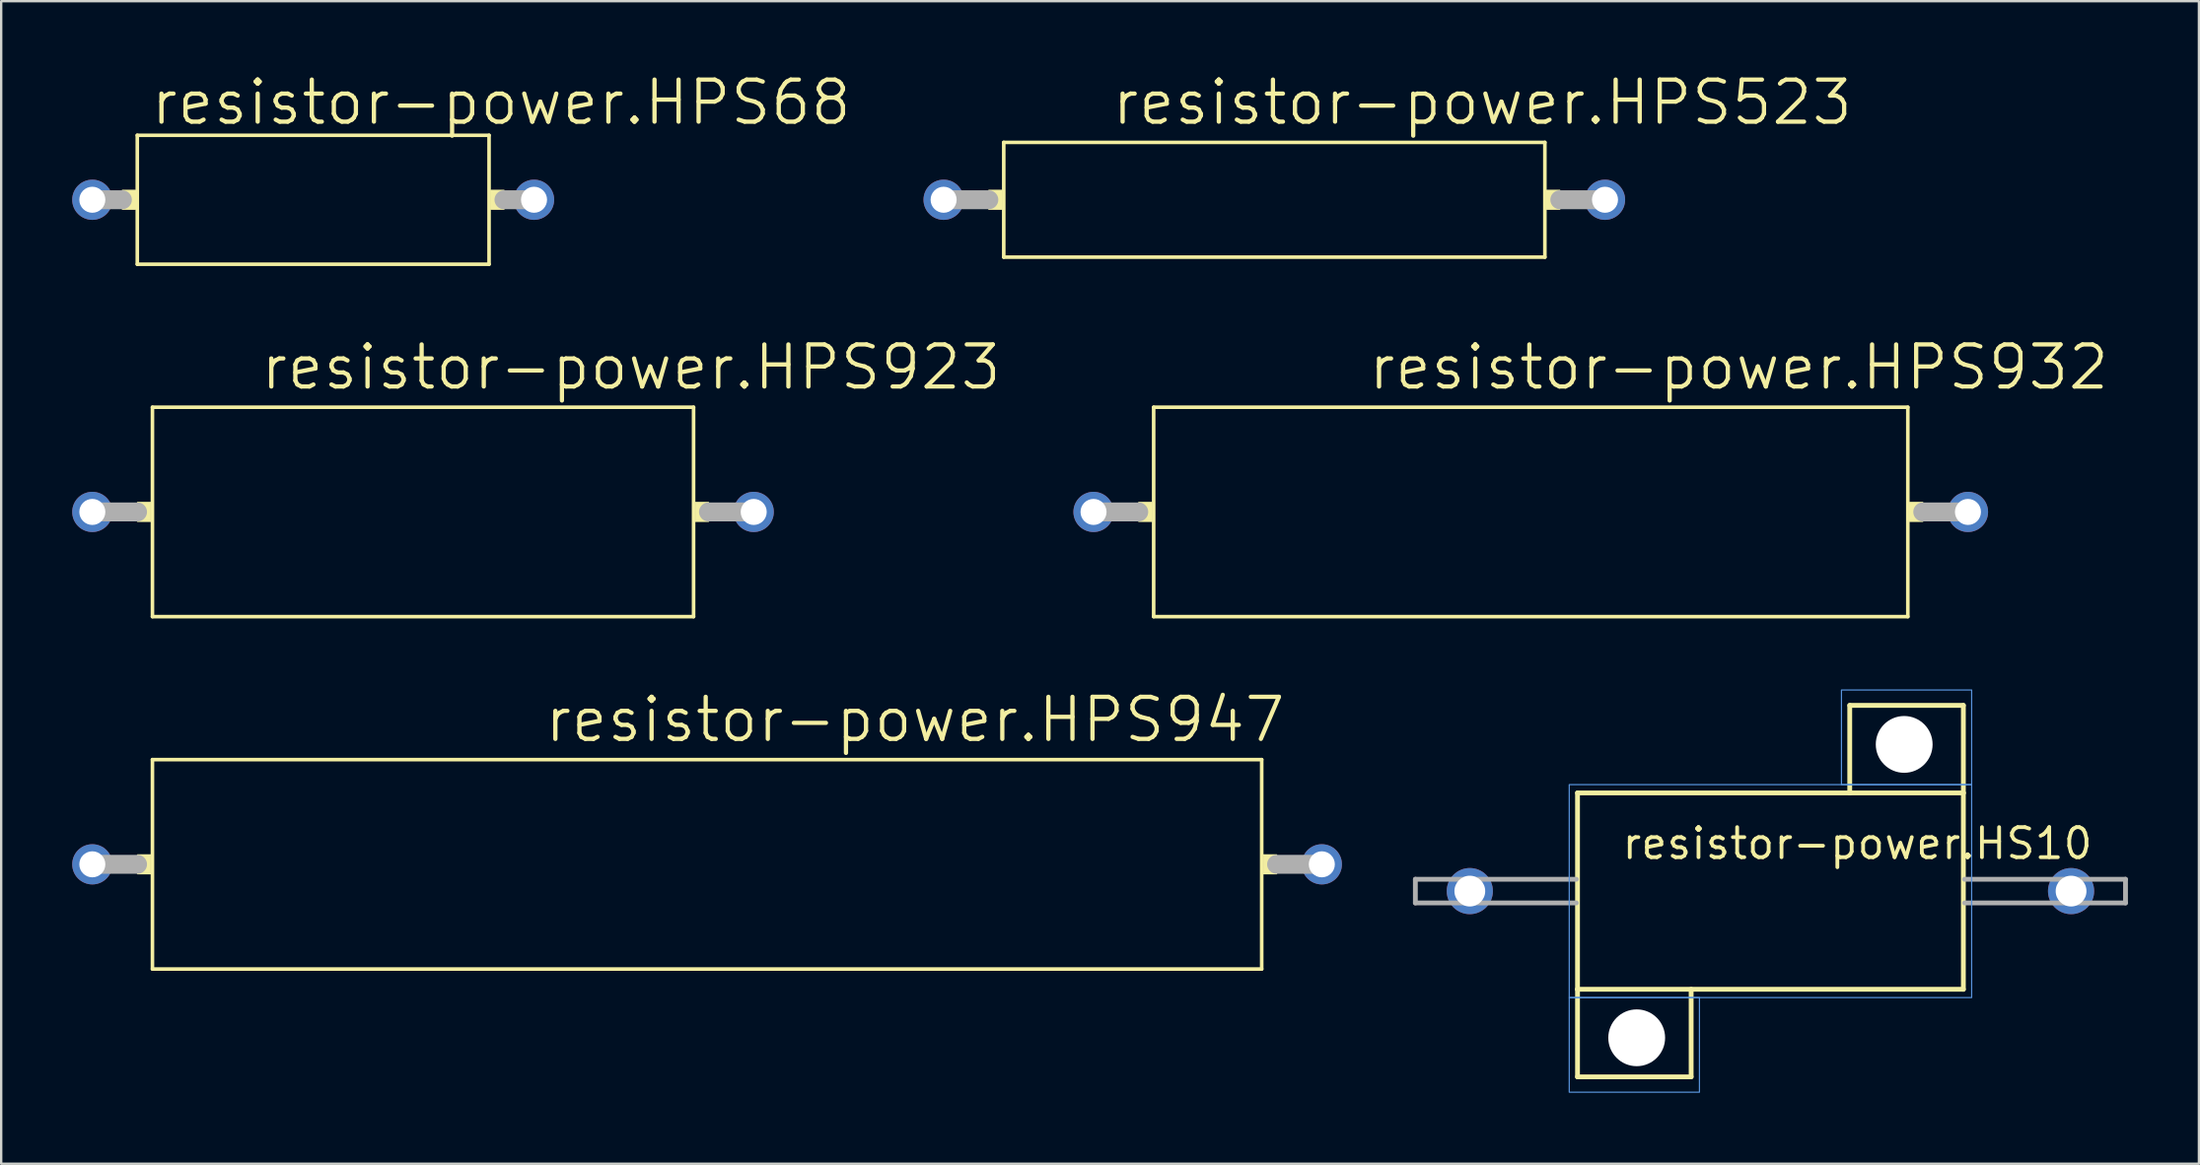
<source format=kicad_pcb>
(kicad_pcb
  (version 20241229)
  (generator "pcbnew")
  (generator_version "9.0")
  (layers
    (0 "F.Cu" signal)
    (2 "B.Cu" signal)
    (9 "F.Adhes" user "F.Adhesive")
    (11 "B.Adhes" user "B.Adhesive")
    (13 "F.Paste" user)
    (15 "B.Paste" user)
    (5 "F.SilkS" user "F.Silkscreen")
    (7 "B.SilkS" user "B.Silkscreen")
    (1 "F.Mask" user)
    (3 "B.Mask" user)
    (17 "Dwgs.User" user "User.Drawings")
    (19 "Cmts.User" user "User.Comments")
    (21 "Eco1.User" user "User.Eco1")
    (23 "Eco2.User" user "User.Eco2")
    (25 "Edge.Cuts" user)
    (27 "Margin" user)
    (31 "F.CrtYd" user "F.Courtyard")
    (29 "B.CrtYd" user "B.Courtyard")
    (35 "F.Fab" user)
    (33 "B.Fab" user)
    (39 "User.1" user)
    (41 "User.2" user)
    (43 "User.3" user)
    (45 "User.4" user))
  (footprint "resistor-power.HPS932"
    (layer "F.Cu")
    (at 61.616 18.587)
    (property "Reference" "resistor-power.HPS932" (at -6.95 -5.075 0) (layer "F.SilkS") (effects (font (size 1.778 1.778) (thickness 0.18)) (justify left bottom)))
    (attr through_hole)
    (fp_line (start -15.93 -4.425) (end -15.93 4.425) (stroke (width 0.152) (type default)) (layer "F.SilkS"))
    (fp_line (start -15.93 4.425) (end 15.93 4.425) (stroke (width 0.152) (type default)) (layer "F.SilkS"))
    (fp_line (start 15.93 -4.425) (end -15.93 -4.425) (stroke (width 0.152) (type default)) (layer "F.SilkS"))
    (fp_line (start 15.93 4.425) (end 15.93 -4.425) (stroke (width 0.152) (type default)) (layer "F.SilkS"))
    (fp_rect (start -16.56 0.4) (end -16.005 -0.4) (stroke (width 0.05) (type default)) (fill yes) (layer "F.SilkS"))
    (fp_rect (start 16.005 0.4) (end 16.56 -0.4) (stroke (width 0.05) (type default)) (fill yes) (layer "F.SilkS"))
    (fp_line (start -18.47 0) (end -16.56 0) (stroke (width 0.8) (type default)) (layer "F.Fab"))
    (fp_line (start 16.56 0) (end 18.47 0) (stroke (width 0.8) (type default)) (layer "F.Fab"))
    (pad "1" thru_hole circle (at -18.47 0) (size 1.7 1.7) (drill 1.1) (layers "*.Cu" "*.Mask"))
    (pad "2" thru_hole circle (at 18.47 0) (size 1.7 1.7) (drill 1.1) (layers "*.Cu" "*.Mask")))
  (footprint "resistor-power.HPS68"
    (layer "F.Cu")
    (at 10.18 5.393)
    (property "Reference" "resistor-power.HPS68" (at -6.95 -3.075 0) (layer "F.SilkS") (effects (font (size 1.778 1.778) (thickness 0.18)) (justify left bottom)))
    (attr through_hole)
    (fp_line (start -7.43 -2.725) (end -7.43 2.725) (stroke (width 0.152) (type default)) (layer "F.SilkS"))
    (fp_line (start -7.43 2.725) (end 7.43 2.725) (stroke (width 0.152) (type default)) (layer "F.SilkS"))
    (fp_line (start 7.43 -2.725) (end -7.43 -2.725) (stroke (width 0.152) (type default)) (layer "F.SilkS"))
    (fp_line (start 7.43 2.725) (end 7.43 -2.725) (stroke (width 0.152) (type default)) (layer "F.SilkS"))
    (fp_rect (start -8.06 0.4) (end -7.505 -0.4) (stroke (width 0.05) (type default)) (fill yes) (layer "F.SilkS"))
    (fp_rect (start 7.505 0.4) (end 8.06 -0.4) (stroke (width 0.05) (type default)) (fill yes) (layer "F.SilkS"))
    (fp_line (start -9.33 0) (end -8.06 0) (stroke (width 0.8) (type default)) (layer "F.Fab"))
    (fp_line (start 8.06 0) (end 9.33 0) (stroke (width 0.8) (type default)) (layer "F.Fab"))
    (pad "1" thru_hole circle (at -9.33 0) (size 1.7 1.7) (drill 1.1) (layers "*.Cu" "*.Mask"))
    (pad "2" thru_hole circle (at 9.33 0) (size 1.7 1.7) (drill 1.1) (layers "*.Cu" "*.Mask")))
  (footprint "resistor-power.HPS923"
    (layer "F.Cu")
    (at 14.82 18.587)
    (property "Reference" "resistor-power.HPS923" (at -6.95 -5.075 0) (layer "F.SilkS") (effects (font (size 1.778 1.778) (thickness 0.18)) (justify left bottom)))
    (attr through_hole)
    (fp_line (start -11.43 -4.425) (end -11.43 4.425) (stroke (width 0.152) (type default)) (layer "F.SilkS"))
    (fp_line (start -11.43 4.425) (end 11.43 4.425) (stroke (width 0.152) (type default)) (layer "F.SilkS"))
    (fp_line (start 11.43 -4.425) (end -11.43 -4.425) (stroke (width 0.152) (type default)) (layer "F.SilkS"))
    (fp_line (start 11.43 4.425) (end 11.43 -4.425) (stroke (width 0.152) (type default)) (layer "F.SilkS"))
    (fp_rect (start -12.06 0.4) (end -11.505 -0.4) (stroke (width 0.05) (type default)) (fill yes) (layer "F.SilkS"))
    (fp_rect (start 11.505 0.4) (end 12.06 -0.4) (stroke (width 0.05) (type default)) (fill yes) (layer "F.SilkS"))
    (fp_line (start -13.97 0) (end -12.06 0) (stroke (width 0.8) (type default)) (layer "F.Fab"))
    (fp_line (start 12.06 0) (end 13.97 0) (stroke (width 0.8) (type default)) (layer "F.Fab"))
    (pad "1" thru_hole circle (at -13.97 0) (size 1.7 1.7) (drill 1.1) (layers "*.Cu" "*.Mask"))
    (pad "2" thru_hole circle (at 13.97 0) (size 1.7 1.7) (drill 1.1) (layers "*.Cu" "*.Mask")))
  (footprint "resistor-power.HPS523"
    (layer "F.Cu")
    (at 50.783 5.393)
    (property "Reference" "resistor-power.HPS523" (at -6.95 -3.075 0) (layer "F.SilkS") (effects (font (size 1.778 1.778) (thickness 0.18)) (justify left bottom)))
    (attr through_hole)
    (fp_line (start -11.43 -2.425) (end -11.43 2.425) (stroke (width 0.152) (type default)) (layer "F.SilkS"))
    (fp_line (start -11.43 2.425) (end 11.43 2.425) (stroke (width 0.152) (type default)) (layer "F.SilkS"))
    (fp_line (start 11.43 -2.425) (end -11.43 -2.425) (stroke (width 0.152) (type default)) (layer "F.SilkS"))
    (fp_line (start 11.43 2.425) (end 11.43 -2.425) (stroke (width 0.152) (type default)) (layer "F.SilkS"))
    (fp_rect (start -12.06 0.4) (end -11.505 -0.4) (stroke (width 0.05) (type default)) (fill yes) (layer "F.SilkS"))
    (fp_rect (start 11.505 0.4) (end 12.06 -0.4) (stroke (width 0.05) (type default)) (fill yes) (layer "F.SilkS"))
    (fp_line (start -13.97 0) (end -12.06 0) (stroke (width 0.8) (type default)) (layer "F.Fab"))
    (fp_line (start 12.06 0) (end 13.97 0) (stroke (width 0.8) (type default)) (layer "F.Fab"))
    (pad "1" thru_hole circle (at -13.97 0) (size 1.7 1.7) (drill 1.1) (layers "*.Cu" "*.Mask"))
    (pad "2" thru_hole circle (at 13.97 0) (size 1.7 1.7) (drill 1.1) (layers "*.Cu" "*.Mask")))
  (footprint "resistor-power.HPS947"
    (layer "F.Cu")
    (at 26.82 33.481)
    (property "Reference" "resistor-power.HPS947" (at -6.95 -5.075 0) (layer "F.SilkS") (effects (font (size 1.778 1.778) (thickness 0.18)) (justify left bottom)))
    (attr through_hole)
    (fp_line (start -23.43 -4.425) (end -23.43 4.425) (stroke (width 0.152) (type default)) (layer "F.SilkS"))
    (fp_line (start -23.43 4.425) (end 23.43 4.425) (stroke (width 0.152) (type default)) (layer "F.SilkS"))
    (fp_line (start 23.43 -4.425) (end -23.43 -4.425) (stroke (width 0.152) (type default)) (layer "F.SilkS"))
    (fp_line (start 23.43 4.425) (end 23.43 -4.425) (stroke (width 0.152) (type default)) (layer "F.SilkS"))
    (fp_rect (start -24.06 0.4) (end -23.505 -0.4) (stroke (width 0.05) (type default)) (fill yes) (layer "F.SilkS"))
    (fp_rect (start 23.505 0.4) (end 24.06 -0.4) (stroke (width 0.05) (type default)) (fill yes) (layer "F.SilkS"))
    (fp_line (start -25.97 0) (end -24.06 0) (stroke (width 0.8) (type default)) (layer "F.Fab"))
    (fp_line (start 24.06 0) (end 25.97 0) (stroke (width 0.8) (type default)) (layer "F.Fab"))
    (pad "1" thru_hole circle (at -25.97 0) (size 1.7 1.7) (drill 1.1) (layers "*.Cu" "*.Mask"))
    (pad "2" thru_hole circle (at 25.97 0) (size 1.7 1.7) (drill 1.1) (layers "*.Cu" "*.Mask")))
  (footprint "resistor-power.HS10"
    (layer "F.Cu")
    (at 71.742 34.613)
    (property "Reference" "resistor-power.HS10" (at -6.35 -1.27 0) (layer "F.SilkS") (effects (font (size 1.27 1.27) (thickness 0.16)) (justify left bottom)))
    (attr through_hole)
    (fp_line (start -8.15 -4.15) (end -8.15 4.15) (stroke (width 0.203) (type default)) (layer "F.SilkS"))
    (fp_line (start -8.15 4.15) (end -8.15 7.85) (stroke (width 0.203) (type default)) (layer "F.SilkS"))
    (fp_line (start -8.15 4.15) (end 8.15 4.15) (stroke (width 0.203) (type default)) (layer "F.SilkS"))
    (fp_line (start -8.15 7.85) (end -3.35 7.85) (stroke (width 0.203) (type default)) (layer "F.SilkS"))
    (fp_line (start -3.35 4.15) (end -3.35 7.85) (stroke (width 0.203) (type default)) (layer "F.SilkS"))
    (fp_line (start 3.35 -4.15) (end -8.15 -4.15) (stroke (width 0.203) (type default)) (layer "F.SilkS"))
    (fp_line (start 3.35 -4.15) (end 3.35 -7.85) (stroke (width 0.203) (type default)) (layer "F.SilkS"))
    (fp_line (start 8.15 -7.85) (end 3.35 -7.85) (stroke (width 0.203) (type default)) (layer "F.SilkS"))
    (fp_line (start 8.15 -4.15) (end 3.35 -4.15) (stroke (width 0.203) (type default)) (layer "F.SilkS"))
    (fp_line (start 8.15 -4.15) (end 8.15 -7.85) (stroke (width 0.203) (type default)) (layer "F.SilkS"))
    (fp_line (start 8.15 4.15) (end 8.15 -4.15) (stroke (width 0.203) (type default)) (layer "F.SilkS"))
    (fp_rect (start -8.5 4.5) (end 8.5 -4.5) (stroke (width 0.05) (type default)) (fill no) (layer "Cmts.User"))
    (fp_rect (start -8.5 8.5) (end -3 4.5) (stroke (width 0.05) (type default)) (fill no) (layer "Cmts.User"))
    (fp_rect (start 3 -4.5) (end 8.5 -8.5) (stroke (width 0.05) (type default)) (fill no) (layer "Cmts.User"))
    (fp_line (start -15 -0.5) (end -15 0.5) (stroke (width 0.203) (type default)) (layer "F.Fab"))
    (fp_line (start -15 0.5) (end -8.2 0.5) (stroke (width 0.203) (type default)) (layer "F.Fab"))
    (fp_line (start -8.2 -0.5) (end -15 -0.5) (stroke (width 0.203) (type default)) (layer "F.Fab"))
    (fp_line (start 8.2 0.5) (end 15 0.5) (stroke (width 0.203) (type default)) (layer "F.Fab"))
    (fp_line (start 15 -0.5) (end 8.2 -0.5) (stroke (width 0.203) (type default)) (layer "F.Fab"))
    (fp_line (start 15 0.5) (end 15 -0.5) (stroke (width 0.203) (type default)) (layer "F.Fab"))
    (pad "" np_thru_hole circle (at -5.65 6.2) (size 2.4 2.4) (drill 2.4) (layers "*.Cu" "*.Mask"))
    (pad "" np_thru_hole circle (at 5.65 -6.2) (size 2.4 2.4) (drill 2.4) (layers "*.Cu" "*.Mask"))
    (pad "1" thru_hole circle (at -12.7 0) (size 1.95 1.95) (drill 1.3) (layers "*.Cu" "*.Mask"))
    (pad "2" thru_hole circle (at 12.7 0) (size 1.95 1.95) (drill 1.3) (layers "*.Cu" "*.Mask")))
  (gr_rect
    (start -3 -3)
    (end 89.843 46.138)
    (stroke (width 0.1) (type default))
    (fill no)
    (layer "Edge.Cuts")))
</source>
